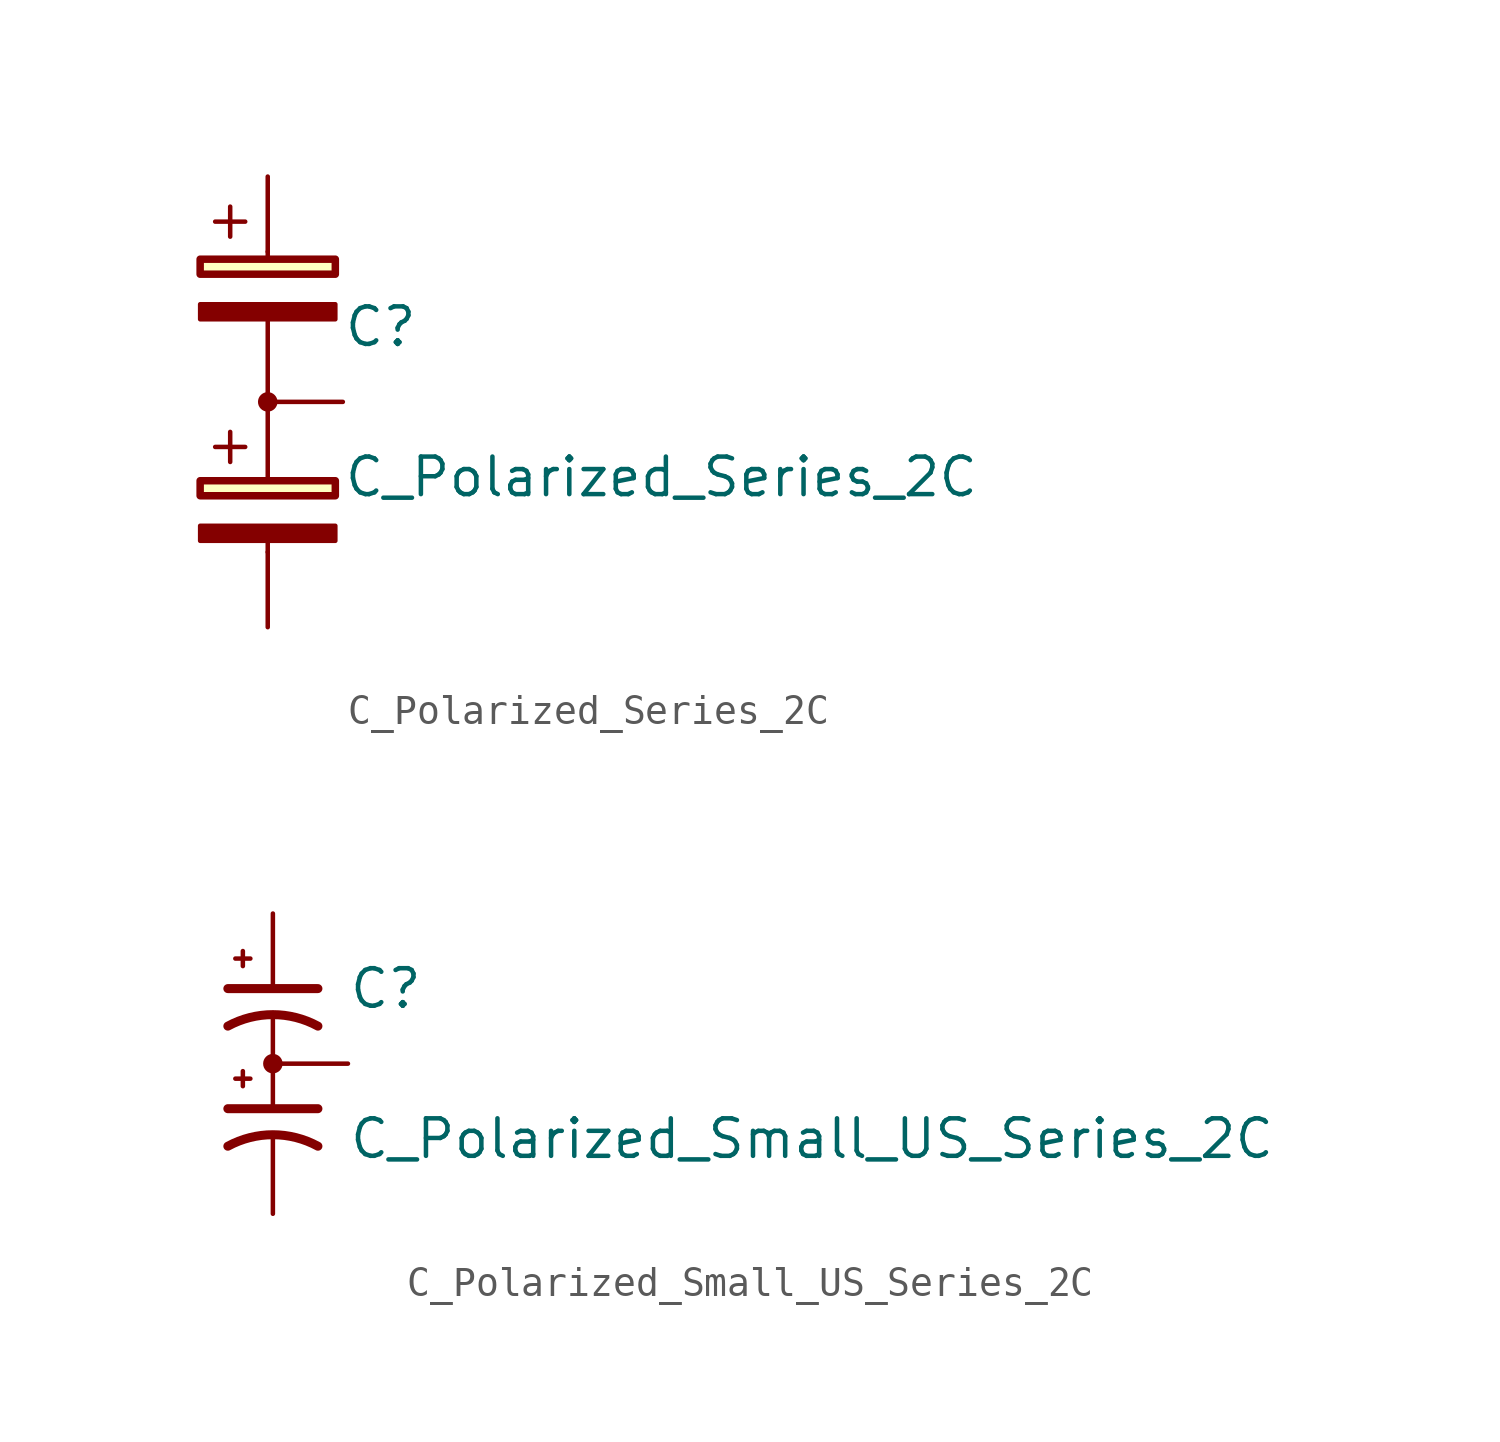
<source format=kicad_sym>
(kicad_symbol_lib
  (version 20211014)
  (generator kicad_symbol_editor)
  (symbol "C_Polarized_Series_2C"
    (pin_numbers hide)
    (property "Reference" "C"
      (at 2.54 2.54 0)
      (effects (font (size 1.27 1.27)) (justify left)))
    (property "Value" "C_Polarized_Series_2C"
      (at 2.54 -2.54 0)
      (effects (font (size 1.27 1.27)) (justify left)))
    (symbol "C_Polarized_Series_2C_0_1"
      (rectangle (start -2.286 -3.175) (end 2.286 -2.667) (stroke (width 0.254) (type default) (color 0 0 0 0)) (fill (type background)))
      (rectangle (start -2.286 4.318) (end 2.286 4.826) (stroke (width 0.254) (type default) (color 0 0 0 0)) (fill (type background)))
      (polyline (pts (xy -1.778 -1.524) (xy -0.762 -1.524)) (stroke (width 0) (type default) (color 0 0 0 0)) (fill (type none)))
      (polyline (pts (xy -1.778 6.096) (xy -0.762 6.096)) (stroke (width 0) (type default) (color 0 0 0 0)) (fill (type none)))
      (polyline (pts (xy -1.27 -1.016) (xy -1.27 -2.032)) (stroke (width 0) (type default) (color 0 0 0 0)) (fill (type none)))
      (polyline (pts (xy -1.27 6.604) (xy -1.27 5.588)) (stroke (width 0) (type default) (color 0 0 0 0)) (fill (type none)))
      (polyline (pts (xy 0 -5.08) (xy 0 -4.572)) (stroke (width 0.152) (type default) (color 0 0 0 0)) (fill (type none)))
      (polyline (pts (xy 0 2.794) (xy 0 -2.667)) (stroke (width 0.152) (type default) (color 0 0 0 0)) (fill (type none)))
      (polyline (pts (xy 0 5.08) (xy 0 4.826)) (stroke (width 0.152) (type default) (color 0 0 0 0)) (fill (type none)))
      (rectangle (start 2.286 -4.191) (end -2.286 -4.699) (stroke (width 0) (type default) (color 0 0 0 0)) (fill (type outline)))
      (rectangle (start 2.286 3.302) (end -2.286 2.794) (stroke (width 0) (type default) (color 0 0 0 0)) (fill (type outline)))
      (circle (center 0 0) (radius 0.254) (stroke (width 0) (type default) (color 0 0 0 0)) (fill (type outline))))
    (symbol "C_Polarized_Series_2C_1_1"
      (pin passive line (at 0 7.62 270) (length 2.54) (name "~" (effects (font (size 1.27 1.27)))) (number "1" (effects (font (size 1.27 1.27)))))
      (pin passive line (at 2.54 0 180) (length 2.54) (name "~" (effects (font (size 1.27 1.27)))) (number "2" (effects (font (size 1.27 1.27)))))
      (pin passive line (at 0 -7.62 90) (length 2.54) (name "~" (effects (font (size 1.27 1.27)))) (number "3" (effects (font (size 1.27 1.27)))))))
  (symbol "C_Polarized_Small_US_Series_2C"
    (pin_numbers hide)
    (pin_names hide)
    (property "Reference" "C"
      (at 2.54 2.54 0)
      (effects (font (size 1.27 1.27)) (justify left)))
    (property "Value" "C_Polarized_Small_US_Series_2C"
      (at 2.54 -2.54 0)
      (effects (font (size 1.27 1.27)) (justify left)))
    (symbol "C_Polarized_Small_US_Series_2C_0_1"
      (polyline (pts (xy -1.524 -1.524) (xy 1.524 -1.524)) (stroke (width 0.305) (type default) (color 0 0 0 0)) (fill (type none)))
      (polyline (pts (xy -1.524 2.54) (xy 1.524 2.54)) (stroke (width 0.305) (type default) (color 0 0 0 0)) (fill (type none)))
      (polyline (pts (xy -1.27 -0.508) (xy -0.762 -0.508)) (stroke (width 0) (type default) (color 0 0 0 0)) (fill (type none)))
      (polyline (pts (xy -1.27 3.556) (xy -0.762 3.556)) (stroke (width 0) (type default) (color 0 0 0 0)) (fill (type none)))
      (polyline (pts (xy -1.016 -0.762) (xy -1.016 -0.254)) (stroke (width 0) (type default) (color 0 0 0 0)) (fill (type none)))
      (polyline (pts (xy -1.016 3.302) (xy -1.016 3.81)) (stroke (width 0) (type default) (color 0 0 0 0)) (fill (type none)))
      (polyline (pts (xy 0 1.524) (xy 0 -1.524)) (stroke (width 0.152) (type default) (color 0 0 0 0)) (fill (type none)))
      (arc (start 1.524 -2.794) (mid 0 -2.4054) (end -1.524 -2.794) (stroke (width 0.3048) (type default) (color 0 0 0 0)) (fill (type none)))
      (arc (start 1.524 1.27) (mid 0 1.6586) (end -1.524 1.27) (stroke (width 0.3048) (type default) (color 0 0 0 0)) (fill (type none)))
      (circle (center 0 0) (radius 0.254) (stroke (width 0) (type default) (color 0 0 0 0)) (fill (type outline))))
    (symbol "C_Polarized_Small_US_Series_2C_1_1"
      (pin passive line (at 0 5.08 270) (length 2.54) (name "~" (effects (font (size 1.27 1.27)))) (number "1" (effects (font (size 1.27 1.27)))))
      (pin passive line (at 2.54 0 180) (length 2.54) (name "~" (effects (font (size 1.27 1.27)))) (number "2" (effects (font (size 1.27 1.27)))))
      (pin passive line (at 0 -5.08 90) (length 2.54) (name "~" (effects (font (size 1.27 1.27)))) (number "3" (effects (font (size 1.27 1.27))))))))
</source>
